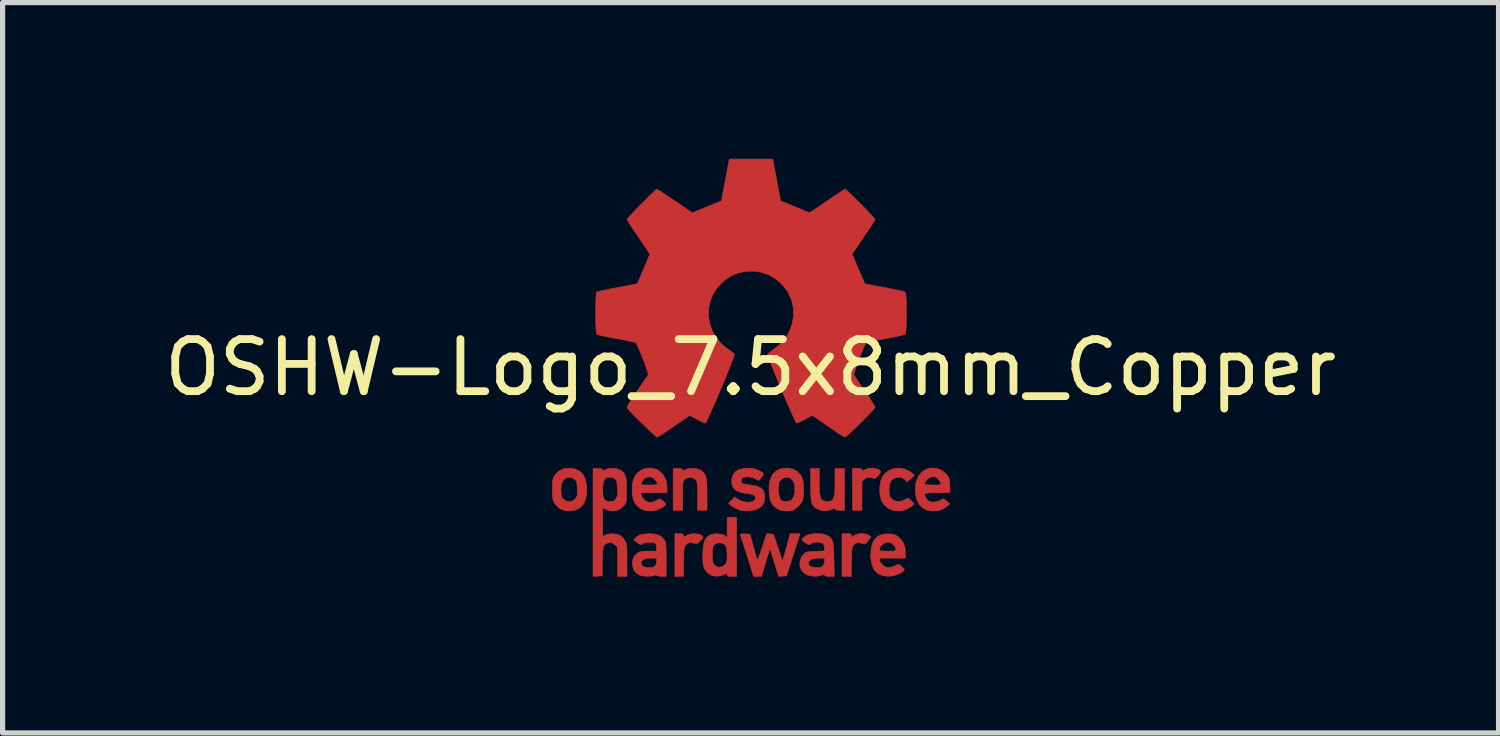
<source format=kicad_pcb>
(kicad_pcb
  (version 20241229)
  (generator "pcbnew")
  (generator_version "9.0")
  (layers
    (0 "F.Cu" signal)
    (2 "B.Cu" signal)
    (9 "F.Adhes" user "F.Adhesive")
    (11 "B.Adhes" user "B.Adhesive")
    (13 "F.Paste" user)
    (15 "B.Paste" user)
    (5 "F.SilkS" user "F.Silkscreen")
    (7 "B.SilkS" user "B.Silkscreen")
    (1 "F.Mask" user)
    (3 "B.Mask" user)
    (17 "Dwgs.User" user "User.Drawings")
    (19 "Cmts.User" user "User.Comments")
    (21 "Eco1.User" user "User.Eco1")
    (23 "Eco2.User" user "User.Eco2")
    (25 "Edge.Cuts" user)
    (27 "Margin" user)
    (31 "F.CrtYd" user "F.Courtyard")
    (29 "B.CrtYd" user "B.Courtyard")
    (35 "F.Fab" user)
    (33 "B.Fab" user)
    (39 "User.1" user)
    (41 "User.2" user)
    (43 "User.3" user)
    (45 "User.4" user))
  (footprint "OSHW-Logo_7.5x8mm_Copper"
    (layer "F.Cu")
    (at 11.363 4.007)
    (property "Reference" "OSHW-Logo_7.5x8mm_Copper" (at 0 0 0) (layer "F.SilkS") (effects (font (size 1 1) (thickness 0.15))))
    (attr exclude_from_pos_files exclude_from_bom)
    (fp_poly (pts (xy 2.391 1.938) (xy 2.449 1.955) (xy 2.486 1.977) (xy 2.498 1.995) (xy 2.495 2.016) (xy 2.473 2.048) (xy 2.455 2.072) (xy 2.417 2.113) (xy 2.389 2.131) (xy 2.365 2.13) (xy 2.294 2.112) (xy 2.241 2.113) (xy 2.199 2.133) (xy 2.185 2.145) (xy 2.139 2.187) (xy 2.139 2.741) (xy 1.955 2.741) (xy 1.955 1.938) (xy 2.047 1.938) (xy 2.102 1.941) (xy 2.131 1.948) (xy 2.139 1.963) (xy 2.139 1.964) (xy 2.143 1.98) (xy 2.16 1.978) (xy 2.185 1.966) (xy 2.235 1.945) (xy 2.276 1.932) (xy 2.329 1.929) (xy 2.391 1.938)) (stroke (width 0.01) (type solid)) (fill yes) (layer "F.Cu"))
    (fp_poly (pts (xy 2.173 3.191) (xy 2.237 3.204) (xy 2.274 3.223) (xy 2.312 3.254) (xy 2.258 3.323) (xy 2.224 3.365) (xy 2.201 3.385) (xy 2.178 3.389) (xy 2.145 3.378) (xy 2.129 3.373) (xy 2.066 3.364) (xy 2.007 3.382) (xy 1.964 3.423) (xy 1.957 3.436) (xy 1.95 3.47) (xy 1.944 3.533) (xy 1.94 3.621) (xy 1.938 3.729) (xy 1.938 3.744) (xy 1.938 4.011) (xy 1.755 4.011) (xy 1.755 3.192) (xy 1.847 3.192) (xy 1.9 3.193) (xy 1.927 3.199) (xy 1.937 3.213) (xy 1.938 3.226) (xy 1.938 3.261) (xy 1.982 3.226) (xy 2.033 3.203) (xy 2.101 3.191) (xy 2.173 3.191)) (stroke (width 0.01) (type solid)) (fill yes) (layer "F.Cu"))
    (fp_poly (pts (xy -1.32 3.193) (xy -1.295 3.201) (xy -1.287 3.217) (xy -1.287 3.225) (xy -1.285 3.246) (xy -1.275 3.249) (xy -1.248 3.235) (xy -1.232 3.225) (xy -1.182 3.204) (xy -1.122 3.194) (xy -1.059 3.193) (xy -0.999 3.201) (xy -0.951 3.216) (xy -0.92 3.237) (xy -0.914 3.264) (xy -0.917 3.272) (xy -0.94 3.302) (xy -0.974 3.339) (xy -0.98 3.345) (xy -1.013 3.373) (xy -1.042 3.382) (xy -1.081 3.376) (xy -1.097 3.371) (xy -1.146 3.361) (xy -1.181 3.366) (xy -1.211 3.382) (xy -1.237 3.403) (xy -1.257 3.43) (xy -1.271 3.467) (xy -1.28 3.52) (xy -1.285 3.593) (xy -1.287 3.693) (xy -1.287 3.753) (xy -1.287 4.011) (xy -1.454 4.011) (xy -1.454 3.192) (xy -1.37 3.192) (xy -1.32 3.193)) (stroke (width 0.01) (type solid)) (fill yes) (layer "F.Cu"))
    (fp_poly (pts (xy 1.32 2.199) (xy 1.322 2.321) (xy 1.327 2.414) (xy 1.339 2.482) (xy 1.358 2.527) (xy 1.385 2.555) (xy 1.423 2.569) (xy 1.471 2.572) (xy 1.52 2.568) (xy 1.557 2.554) (xy 1.584 2.525) (xy 1.603 2.479) (xy 1.614 2.41) (xy 1.62 2.316) (xy 1.621 2.199) (xy 1.621 1.938) (xy 1.805 1.938) (xy 1.805 2.741) (xy 1.713 2.741) (xy 1.657 2.738) (xy 1.629 2.73) (xy 1.621 2.715) (xy 1.616 2.702) (xy 1.597 2.705) (xy 1.559 2.724) (xy 1.47 2.753) (xy 1.377 2.751) (xy 1.287 2.719) (xy 1.244 2.694) (xy 1.212 2.667) (xy 1.188 2.633) (xy 1.171 2.588) (xy 1.161 2.526) (xy 1.156 2.444) (xy 1.153 2.336) (xy 1.153 2.252) (xy 1.153 1.938) (xy 1.32 1.938) (xy 1.32 2.199)) (stroke (width 0.01) (type solid)) (fill yes) (layer "F.Cu"))
    (fp_poly (pts (xy -1.002 1.952) (xy -0.96 1.972) (xy -0.92 2.001) (xy -0.889 2.034) (xy -0.867 2.076) (xy -0.852 2.132) (xy -0.842 2.207) (xy -0.838 2.305) (xy -0.836 2.431) (xy -0.836 2.444) (xy -0.836 2.741) (xy -1.019 2.741) (xy -1.019 2.467) (xy -1.019 2.366) (xy -1.02 2.292) (xy -1.023 2.241) (xy -1.028 2.207) (xy -1.035 2.184) (xy -1.047 2.167) (xy -1.063 2.15) (xy -1.12 2.113) (xy -1.183 2.106) (xy -1.242 2.129) (xy -1.262 2.147) (xy -1.278 2.163) (xy -1.288 2.18) (xy -1.296 2.204) (xy -1.3 2.24) (xy -1.302 2.294) (xy -1.303 2.371) (xy -1.303 2.464) (xy -1.303 2.741) (xy -1.487 2.741) (xy -1.487 1.938) (xy -1.395 1.938) (xy -1.34 1.941) (xy -1.312 1.948) (xy -1.303 1.963) (xy -1.303 1.964) (xy -1.3 1.979) (xy -1.283 1.977) (xy -1.249 1.961) (xy -1.173 1.937) (xy -1.086 1.934) (xy -1.002 1.952)) (stroke (width 0.01) (type solid)) (fill yes) (layer "F.Cu"))
    (fp_poly (pts (xy 2.947 1.945) (xy 3.043 1.987) (xy 3.074 2.007) (xy 3.113 2.037) (xy 3.137 2.062) (xy 3.142 2.069) (xy 3.13 2.087) (xy 3.099 2.117) (xy 3.074 2.137) (xy 3.007 2.191) (xy 2.954 2.147) (xy 2.913 2.118) (xy 2.873 2.108) (xy 2.827 2.11) (xy 2.754 2.128) (xy 2.704 2.166) (xy 2.674 2.227) (xy 2.66 2.314) (xy 2.66 2.314) (xy 2.661 2.412) (xy 2.68 2.484) (xy 2.717 2.533) (xy 2.742 2.549) (xy 2.809 2.57) (xy 2.881 2.57) (xy 2.943 2.55) (xy 2.958 2.54) (xy 2.995 2.515) (xy 3.024 2.511) (xy 3.055 2.53) (xy 3.089 2.563) (xy 3.144 2.619) (xy 3.083 2.669) (xy 2.99 2.726) (xy 2.884 2.753) (xy 2.774 2.751) (xy 2.701 2.733) (xy 2.617 2.687) (xy 2.549 2.616) (xy 2.518 2.565) (xy 2.493 2.492) (xy 2.481 2.401) (xy 2.481 2.301) (xy 2.493 2.205) (xy 2.517 2.125) (xy 2.521 2.117) (xy 2.578 2.036) (xy 2.655 1.978) (xy 2.746 1.942) (xy 2.846 1.931) (xy 2.947 1.945)) (stroke (width 0.01) (type solid)) (fill yes) (layer "F.Cu"))
    (fp_poly (pts (xy 0.812 1.948) (xy 0.896 1.994) (xy 0.962 2.067) (xy 0.993 2.126) (xy 1.007 2.178) (xy 1.016 2.253) (xy 1.019 2.338) (xy 1.018 2.425) (xy 1.011 2.5) (xy 1.003 2.541) (xy 0.975 2.596) (xy 0.928 2.655) (xy 0.871 2.706) (xy 0.815 2.739) (xy 0.814 2.74) (xy 0.744 2.754) (xy 0.661 2.754) (xy 0.582 2.741) (xy 0.552 2.731) (xy 0.473 2.686) (xy 0.417 2.628) (xy 0.38 2.551) (xy 0.36 2.45) (xy 0.355 2.397) (xy 0.356 2.331) (xy 0.535 2.331) (xy 0.541 2.428) (xy 0.558 2.502) (xy 0.586 2.549) (xy 0.605 2.562) (xy 0.656 2.572) (xy 0.716 2.569) (xy 0.767 2.555) (xy 0.781 2.548) (xy 0.817 2.504) (xy 0.84 2.438) (xy 0.851 2.357) (xy 0.846 2.271) (xy 0.835 2.218) (xy 0.803 2.158) (xy 0.753 2.12) (xy 0.693 2.107) (xy 0.631 2.121) (xy 0.584 2.154) (xy 0.559 2.182) (xy 0.544 2.209) (xy 0.537 2.246) (xy 0.535 2.303) (xy 0.535 2.331) (xy 0.356 2.331) (xy 0.356 2.256) (xy 0.379 2.14) (xy 0.424 2.05) (xy 0.49 1.985) (xy 0.579 1.945) (xy 0.597 1.941) (xy 0.711 1.93) (xy 0.812 1.948)) (stroke (width 0.01) (type solid)) (fill yes) (layer "F.Cu"))
    (fp_poly (pts (xy 0.374 3.195) (xy 0.44 3.2) (xy 0.527 3.459) (xy 0.613 3.718) (xy 0.64 3.626) (xy 0.656 3.569) (xy 0.678 3.493) (xy 0.701 3.408) (xy 0.713 3.363) (xy 0.759 3.192) (xy 0.949 3.192) (xy 0.893 3.371) (xy 0.865 3.46) (xy 0.831 3.566) (xy 0.796 3.677) (xy 0.764 3.777) (xy 0.692 4.002) (xy 0.537 4.012) (xy 0.495 3.874) (xy 0.469 3.787) (xy 0.441 3.692) (xy 0.416 3.608) (xy 0.415 3.605) (xy 0.397 3.548) (xy 0.381 3.509) (xy 0.369 3.495) (xy 0.367 3.496) (xy 0.359 3.519) (xy 0.343 3.568) (xy 0.322 3.637) (xy 0.297 3.719) (xy 0.284 3.764) (xy 0.211 4.011) (xy 0.057 4.011) (xy -0.065 3.622) (xy -0.1 3.513) (xy -0.131 3.414) (xy -0.158 3.33) (xy -0.179 3.265) (xy -0.193 3.224) (xy -0.197 3.212) (xy -0.193 3.199) (xy -0.168 3.194) (xy -0.116 3.195) (xy -0.108 3.195) (xy -0.011 3.2) (xy 0.053 3.434) (xy 0.076 3.519) (xy 0.097 3.594) (xy 0.114 3.653) (xy 0.124 3.687) (xy 0.126 3.693) (xy 0.134 3.686) (xy 0.15 3.653) (xy 0.173 3.596) (xy 0.199 3.522) (xy 0.222 3.454) (xy 0.308 3.19) (xy 0.374 3.195)) (stroke (width 0.01) (type solid)) (fill yes) (layer "F.Cu"))
    (fp_poly (pts (xy -3.373 1.947) (xy -3.286 1.986) (xy -3.219 2.05) (xy -3.174 2.141) (xy -3.149 2.257) (xy -3.148 2.276) (xy -3.146 2.404) (xy -3.164 2.516) (xy -3.2 2.608) (xy -3.22 2.637) (xy -3.287 2.699) (xy -3.372 2.739) (xy -3.468 2.756) (xy -3.566 2.748) (xy -3.64 2.721) (xy -3.704 2.677) (xy -3.756 2.62) (xy -3.757 2.618) (xy -3.778 2.583) (xy -3.792 2.547) (xy -3.8 2.502) (xy -3.805 2.438) (xy -3.807 2.385) (xy -3.808 2.338) (xy -3.641 2.338) (xy -3.64 2.385) (xy -3.634 2.448) (xy -3.623 2.488) (xy -3.604 2.517) (xy -3.587 2.534) (xy -3.524 2.569) (xy -3.459 2.574) (xy -3.398 2.548) (xy -3.367 2.52) (xy -3.345 2.492) (xy -3.332 2.464) (xy -3.327 2.429) (xy -3.326 2.376) (xy -3.328 2.327) (xy -3.332 2.256) (xy -3.338 2.211) (xy -3.348 2.181) (xy -3.366 2.159) (xy -3.381 2.146) (xy -3.44 2.112) (xy -3.505 2.11) (xy -3.559 2.13) (xy -3.605 2.172) (xy -3.632 2.241) (xy -3.641 2.338) (xy -3.808 2.338) (xy -3.809 2.281) (xy -3.806 2.203) (xy -3.796 2.145) (xy -3.778 2.099) (xy -3.75 2.058) (xy -3.74 2.046) (xy -3.676 1.985) (xy -3.607 1.95) (xy -3.523 1.935) (xy -3.482 1.934) (xy -3.373 1.947)) (stroke (width 0.01) (type solid)) (fill yes) (layer "F.Cu"))
    (fp_poly (pts (xy -0.267 4.011) (xy -0.359 4.011) (xy -0.413 4.009) (xy -0.44 4.002) (xy -0.45 3.988) (xy -0.451 3.979) (xy -0.453 3.96) (xy -0.464 3.956) (xy -0.491 3.968) (xy -0.513 3.979) (xy -0.597 4.005) (xy -0.687 4.006) (xy -0.761 3.987) (xy -0.83 3.94) (xy -0.882 3.871) (xy -0.911 3.789) (xy -0.912 3.785) (xy -0.916 3.735) (xy -0.918 3.664) (xy -0.918 3.61) (xy -0.735 3.61) (xy -0.731 3.681) (xy -0.721 3.741) (xy -0.708 3.774) (xy -0.659 3.82) (xy -0.601 3.836) (xy -0.54 3.823) (xy -0.489 3.783) (xy -0.469 3.757) (xy -0.458 3.725) (xy -0.453 3.679) (xy -0.451 3.609) (xy -0.454 3.54) (xy -0.46 3.48) (xy -0.469 3.44) (xy -0.47 3.436) (xy -0.506 3.393) (xy -0.558 3.369) (xy -0.616 3.365) (xy -0.67 3.382) (xy -0.71 3.419) (xy -0.714 3.426) (xy -0.727 3.471) (xy -0.734 3.536) (xy -0.735 3.61) (xy -0.918 3.61) (xy -0.918 3.582) (xy -0.917 3.538) (xy -0.908 3.43) (xy -0.891 3.349) (xy -0.863 3.288) (xy -0.821 3.244) (xy -0.78 3.217) (xy -0.723 3.199) (xy -0.653 3.193) (xy -0.58 3.198) (xy -0.518 3.214) (xy -0.485 3.233) (xy -0.451 3.264) (xy -0.451 2.874) (xy -0.267 2.874) (xy -0.267 4.011)) (stroke (width 0.01) (type solid)) (fill yes) (layer "F.Cu"))
    (fp_poly (pts (xy 3.559 1.936) (xy 3.602 1.946) (xy 3.684 1.984) (xy 3.754 2.042) (xy 3.802 2.112) (xy 3.809 2.128) (xy 3.818 2.168) (xy 3.825 2.229) (xy 3.827 2.29) (xy 3.827 2.406) (xy 3.584 2.406) (xy 3.484 2.407) (xy 3.414 2.409) (xy 3.369 2.415) (xy 3.346 2.426) (xy 3.341 2.445) (xy 3.35 2.472) (xy 3.366 2.504) (xy 3.41 2.558) (xy 3.472 2.584) (xy 3.547 2.583) (xy 3.632 2.554) (xy 3.706 2.519) (xy 3.767 2.567) (xy 3.828 2.615) (xy 3.77 2.668) (xy 3.694 2.718) (xy 3.599 2.749) (xy 3.498 2.757) (xy 3.4 2.742) (xy 3.384 2.737) (xy 3.298 2.692) (xy 3.234 2.625) (xy 3.19 2.533) (xy 3.166 2.416) (xy 3.166 2.414) (xy 3.164 2.286) (xy 3.172 2.24) (xy 3.342 2.24) (xy 3.358 2.247) (xy 3.4 2.252) (xy 3.462 2.255) (xy 3.502 2.256) (xy 3.576 2.256) (xy 3.622 2.254) (xy 3.646 2.249) (xy 3.654 2.24) (xy 3.652 2.224) (xy 3.65 2.218) (xy 3.621 2.163) (xy 3.574 2.118) (xy 3.532 2.098) (xy 3.477 2.099) (xy 3.421 2.124) (xy 3.374 2.165) (xy 3.346 2.214) (xy 3.342 2.24) (xy 3.172 2.24) (xy 3.185 2.173) (xy 3.228 2.079) (xy 3.289 2.005) (xy 3.366 1.955) (xy 3.457 1.931) (xy 3.559 1.936)) (stroke (width 0.01) (type solid)) (fill yes) (layer "F.Cu"))
    (fp_poly (pts (xy 0.019 1.936) (xy 0.082 1.948) (xy 0.148 1.973) (xy 0.155 1.976) (xy 0.204 2.002) (xy 0.239 2.026) (xy 0.25 2.042) (xy 0.239 2.067) (xy 0.214 2.105) (xy 0.202 2.119) (xy 0.155 2.174) (xy 0.094 2.138) (xy 0.036 2.114) (xy -0.03 2.101) (xy -0.095 2.101) (xy -0.144 2.113) (xy -0.156 2.12) (xy -0.179 2.154) (xy -0.182 2.194) (xy -0.165 2.225) (xy -0.155 2.231) (xy -0.124 2.238) (xy -0.072 2.247) (xy -0.006 2.255) (xy 0.006 2.257) (xy 0.11 2.275) (xy 0.186 2.306) (xy 0.237 2.352) (xy 0.265 2.416) (xy 0.273 2.495) (xy 0.261 2.585) (xy 0.222 2.655) (xy 0.156 2.707) (xy 0.062 2.739) (xy -0.042 2.752) (xy -0.127 2.752) (xy -0.195 2.74) (xy -0.242 2.724) (xy -0.302 2.696) (xy -0.356 2.664) (xy -0.376 2.65) (xy -0.426 2.609) (xy -0.305 2.486) (xy -0.236 2.532) (xy -0.168 2.566) (xy -0.094 2.584) (xy -0.023 2.586) (xy 0.037 2.572) (xy 0.08 2.543) (xy 0.093 2.518) (xy 0.091 2.479) (xy 0.057 2.449) (xy -0.009 2.428) (xy -0.081 2.418) (xy -0.192 2.4) (xy -0.275 2.365) (xy -0.33 2.313) (xy -0.359 2.243) (xy -0.363 2.16) (xy -0.343 2.073) (xy -0.298 2.007) (xy -0.228 1.962) (xy -0.131 1.938) (xy -0.06 1.933) (xy 0.019 1.936)) (stroke (width 0.01) (type solid)) (fill yes) (layer "F.Cu"))
    (fp_poly (pts (xy 2.701 3.196) (xy 2.781 3.217) (xy 2.848 3.26) (xy 2.88 3.292) (xy 2.933 3.367) (xy 2.964 3.455) (xy 2.974 3.563) (xy 2.974 3.572) (xy 2.974 3.66) (xy 2.47 3.66) (xy 2.48 3.706) (xy 2.5 3.747) (xy 2.534 3.791) (xy 2.541 3.797) (xy 2.602 3.835) (xy 2.672 3.841) (xy 2.752 3.817) (xy 2.766 3.81) (xy 2.807 3.79) (xy 2.835 3.778) (xy 2.84 3.777) (xy 2.857 3.788) (xy 2.89 3.813) (xy 2.906 3.827) (xy 2.94 3.858) (xy 2.951 3.879) (xy 2.944 3.899) (xy 2.94 3.904) (xy 2.911 3.927) (xy 2.865 3.955) (xy 2.832 3.971) (xy 2.74 4) (xy 2.638 4.009) (xy 2.542 3.998) (xy 2.515 3.99) (xy 2.431 3.946) (xy 2.369 3.877) (xy 2.329 3.783) (xy 2.309 3.663) (xy 2.307 3.601) (xy 2.313 3.51) (xy 2.473 3.51) (xy 2.489 3.517) (xy 2.53 3.522) (xy 2.591 3.525) (xy 2.632 3.526) (xy 2.706 3.525) (xy 2.752 3.523) (xy 2.778 3.517) (xy 2.789 3.507) (xy 2.791 3.493) (xy 2.776 3.448) (xy 2.74 3.403) (xy 2.693 3.369) (xy 2.645 3.355) (xy 2.581 3.368) (xy 2.525 3.403) (xy 2.486 3.455) (xy 2.473 3.51) (xy 2.313 3.51) (xy 2.316 3.469) (xy 2.344 3.363) (xy 2.393 3.284) (xy 2.462 3.23) (xy 2.552 3.2) (xy 2.6 3.195) (xy 2.701 3.196)) (stroke (width 0.01) (type solid)) (fill yes) (layer "F.Cu"))
    (fp_poly (pts (xy -1.803 1.957) (xy -1.786 1.965) (xy -1.729 2.007) (xy -1.674 2.069) (xy -1.634 2.137) (xy -1.622 2.168) (xy -1.611 2.223) (xy -1.605 2.291) (xy -1.604 2.319) (xy -1.604 2.406) (xy -2.109 2.406) (xy -2.098 2.452) (xy -2.072 2.507) (xy -2.026 2.554) (xy -1.971 2.584) (xy -1.936 2.59) (xy -1.888 2.583) (xy -1.832 2.563) (xy -1.812 2.555) (xy -1.741 2.519) (xy -1.68 2.565) (xy -1.645 2.597) (xy -1.627 2.623) (xy -1.626 2.63) (xy -1.643 2.649) (xy -1.679 2.677) (xy -1.712 2.698) (xy -1.802 2.738) (xy -1.902 2.755) (xy -2.001 2.751) (xy -2.08 2.727) (xy -2.162 2.675) (xy -2.22 2.607) (xy -2.256 2.519) (xy -2.273 2.407) (xy -2.274 2.356) (xy -2.269 2.239) (xy -2.268 2.236) (xy -2.101 2.236) (xy -2.096 2.247) (xy -2.077 2.253) (xy -2.038 2.255) (xy -1.973 2.256) (xy -1.948 2.256) (xy -1.872 2.255) (xy -1.824 2.252) (xy -1.798 2.245) (xy -1.788 2.235) (xy -1.788 2.231) (xy -1.799 2.204) (xy -1.825 2.166) (xy -1.836 2.153) (xy -1.878 2.115) (xy -1.922 2.1) (xy -1.945 2.099) (xy -2.009 2.114) (xy -2.062 2.156) (xy -2.096 2.216) (xy -2.097 2.218) (xy -2.101 2.236) (xy -2.268 2.236) (xy -2.249 2.147) (xy -2.214 2.073) (xy -2.171 2.021) (xy -2.092 1.964) (xy -1.999 1.934) (xy -1.9 1.931) (xy -1.803 1.957)) (stroke (width 0.01) (type solid)) (fill yes) (layer "F.Cu"))
    (fp_poly (pts (xy 1.38 3.197) (xy 1.45 3.214) (xy 1.471 3.223) (xy 1.51 3.247) (xy 1.541 3.273) (xy 1.563 3.308) (xy 1.579 3.354) (xy 1.589 3.418) (xy 1.596 3.503) (xy 1.6 3.614) (xy 1.601 3.689) (xy 1.607 4.011) (xy 1.514 4.011) (xy 1.457 4.008) (xy 1.428 4) (xy 1.42 3.986) (xy 1.416 3.972) (xy 1.399 3.975) (xy 1.374 3.986) (xy 1.314 4.004) (xy 1.236 4.009) (xy 1.154 4.001) (xy 1.081 3.981) (xy 1.075 3.978) (xy 1.008 3.931) (xy 0.964 3.866) (xy 0.944 3.791) (xy 0.946 3.763) (xy 1.11 3.763) (xy 1.125 3.8) (xy 1.168 3.826) (xy 1.237 3.84) (xy 1.274 3.842) (xy 1.336 3.837) (xy 1.377 3.819) (xy 1.387 3.81) (xy 1.414 3.762) (xy 1.42 3.718) (xy 1.42 3.66) (xy 1.339 3.66) (xy 1.244 3.664) (xy 1.178 3.68) (xy 1.136 3.706) (xy 1.126 3.718) (xy 1.11 3.763) (xy 0.946 3.763) (xy 0.949 3.711) (xy 0.979 3.635) (xy 1.02 3.584) (xy 1.045 3.561) (xy 1.069 3.547) (xy 1.101 3.538) (xy 1.148 3.533) (xy 1.218 3.53) (xy 1.246 3.529) (xy 1.42 3.523) (xy 1.42 3.47) (xy 1.413 3.415) (xy 1.389 3.381) (xy 1.34 3.36) (xy 1.338 3.359) (xy 1.268 3.351) (xy 1.2 3.362) (xy 1.149 3.389) (xy 1.129 3.402) (xy 1.107 3.4) (xy 1.073 3.381) (xy 1.053 3.367) (xy 1.014 3.338) (xy 0.99 3.317) (xy 0.986 3.311) (xy 1.002 3.279) (xy 1.049 3.24) (xy 1.069 3.227) (xy 1.128 3.205) (xy 1.207 3.192) (xy 1.295 3.19) (xy 1.38 3.197)) (stroke (width 0.01) (type solid)) (fill yes) (layer "F.Cu"))
    (fp_poly (pts (xy -1.84 3.198) (xy -1.761 3.219) (xy -1.701 3.257) (xy -1.659 3.307) (xy -1.646 3.328) (xy -1.636 3.35) (xy -1.629 3.379) (xy -1.625 3.419) (xy -1.622 3.475) (xy -1.621 3.554) (xy -1.621 3.659) (xy -1.621 3.687) (xy -1.621 4.011) (xy -1.701 4.011) (xy -1.752 4.007) (xy -1.79 3.998) (xy -1.8 3.992) (xy -1.826 3.983) (xy -1.852 3.992) (xy -1.896 4.004) (xy -1.959 4.009) (xy -2.029 4.007) (xy -2.093 3.998) (xy -2.131 3.987) (xy -2.203 3.94) (xy -2.248 3.876) (xy -2.269 3.79) (xy -2.269 3.788) (xy -2.267 3.75) (xy -2.106 3.75) (xy -2.091 3.793) (xy -2.068 3.817) (xy -2.022 3.836) (xy -1.961 3.843) (xy -1.899 3.84) (xy -1.849 3.825) (xy -1.835 3.816) (xy -1.811 3.773) (xy -1.805 3.724) (xy -1.805 3.66) (xy -1.897 3.66) (xy -1.985 3.666) (xy -2.052 3.686) (xy -2.093 3.715) (xy -2.106 3.75) (xy -2.267 3.75) (xy -2.265 3.694) (xy -2.234 3.62) (xy -2.175 3.564) (xy -2.167 3.559) (xy -2.133 3.542) (xy -2.09 3.532) (xy -2.03 3.527) (xy -1.959 3.526) (xy -1.805 3.526) (xy -1.805 3.461) (xy -1.811 3.411) (xy -1.828 3.377) (xy -1.83 3.375) (xy -1.867 3.361) (xy -1.923 3.355) (xy -1.986 3.358) (xy -2.04 3.369) (xy -2.073 3.385) (xy -2.091 3.398) (xy -2.109 3.4) (xy -2.135 3.39) (xy -2.174 3.363) (xy -2.232 3.318) (xy -2.238 3.314) (xy -2.235 3.299) (xy -2.212 3.273) (xy -2.177 3.244) (xy -2.139 3.22) (xy -2.127 3.214) (xy -2.083 3.203) (xy -2.019 3.195) (xy -1.947 3.192) (xy -1.943 3.192) (xy -1.84 3.198)) (stroke (width 0.01) (type solid)) (fill yes) (layer "F.Cu"))
    (fp_poly (pts (xy -2.537 1.952) (xy -2.501 1.97) (xy -2.458 2) (xy -2.426 2.033) (xy -2.405 2.075) (xy -2.391 2.131) (xy -2.384 2.206) (xy -2.381 2.307) (xy -2.381 2.351) (xy -2.382 2.446) (xy -2.384 2.514) (xy -2.387 2.561) (xy -2.394 2.594) (xy -2.405 2.618) (xy -2.416 2.634) (xy -2.485 2.703) (xy -2.567 2.745) (xy -2.656 2.757) (xy -2.745 2.739) (xy -2.773 2.726) (xy -2.841 2.691) (xy -2.841 3.243) (xy -2.791 3.217) (xy -2.727 3.197) (xy -2.647 3.192) (xy -2.567 3.202) (xy -2.507 3.223) (xy -2.457 3.263) (xy -2.414 3.32) (xy -2.411 3.326) (xy -2.397 3.353) (xy -2.387 3.381) (xy -2.381 3.415) (xy -2.376 3.46) (xy -2.374 3.523) (xy -2.373 3.608) (xy -2.373 3.704) (xy -2.373 4.011) (xy -2.557 4.011) (xy -2.557 3.445) (xy -2.608 3.402) (xy -2.662 3.367) (xy -2.712 3.361) (xy -2.763 3.377) (xy -2.79 3.393) (xy -2.81 3.416) (xy -2.825 3.45) (xy -2.834 3.5) (xy -2.84 3.572) (xy -2.844 3.67) (xy -2.845 3.735) (xy -2.849 4.002) (xy -2.937 4.007) (xy -3.025 4.012) (xy -3.025 2.353) (xy -2.841 2.353) (xy -2.836 2.446) (xy -2.82 2.51) (xy -2.791 2.55) (xy -2.745 2.569) (xy -2.699 2.573) (xy -2.646 2.569) (xy -2.612 2.551) (xy -2.59 2.528) (xy -2.573 2.502) (xy -2.563 2.474) (xy -2.558 2.434) (xy -2.558 2.375) (xy -2.559 2.325) (xy -2.563 2.251) (xy -2.568 2.202) (xy -2.577 2.17) (xy -2.591 2.15) (xy -2.605 2.137) (xy -2.661 2.111) (xy -2.727 2.107) (xy -2.765 2.116) (xy -2.803 2.148) (xy -2.827 2.211) (xy -2.84 2.304) (xy -2.841 2.353) (xy -3.025 2.353) (xy -3.025 1.938) (xy -2.933 1.938) (xy -2.878 1.941) (xy -2.849 1.948) (xy -2.841 1.963) (xy -2.841 1.964) (xy -2.837 1.979) (xy -2.82 1.977) (xy -2.786 1.961) (xy -2.708 1.936) (xy -2.62 1.933) (xy -2.537 1.952)) (stroke (width 0.01) (type solid)) (fill yes) (layer "F.Cu"))
    (fp_poly (pts (xy 0.501 -3.601) (xy 0.577 -3.201) (xy 1.134 -2.971) (xy 1.468 -3.198) (xy 1.562 -3.262) (xy 1.647 -3.318) (xy 1.718 -3.365) (xy 1.773 -3.4) (xy 1.807 -3.421) (xy 1.817 -3.426) (xy 1.833 -3.414) (xy 1.869 -3.382) (xy 1.919 -3.335) (xy 1.981 -3.274) (xy 2.049 -3.206) (xy 2.121 -3.134) (xy 2.191 -3.062) (xy 2.257 -2.994) (xy 2.313 -2.934) (xy 2.357 -2.886) (xy 2.383 -2.854) (xy 2.39 -2.844) (xy 2.38 -2.824) (xy 2.355 -2.781) (xy 2.316 -2.72) (xy 2.265 -2.643) (xy 2.206 -2.556) (xy 2.172 -2.506) (xy 2.11 -2.415) (xy 2.055 -2.333) (xy 2.01 -2.264) (xy 1.976 -2.212) (xy 1.958 -2.181) (xy 1.955 -2.174) (xy 1.961 -2.156) (xy 1.978 -2.113) (xy 2.004 -2.051) (xy 2.035 -1.977) (xy 2.069 -1.897) (xy 2.103 -1.816) (xy 2.136 -1.741) (xy 2.163 -1.677) (xy 2.184 -1.632) (xy 2.195 -1.61) (xy 2.195 -1.609) (xy 2.212 -1.605) (xy 2.257 -1.596) (xy 2.326 -1.582) (xy 2.414 -1.565) (xy 2.515 -1.546) (xy 2.575 -1.535) (xy 2.683 -1.514) (xy 2.781 -1.495) (xy 2.864 -1.477) (xy 2.926 -1.463) (xy 2.963 -1.453) (xy 2.97 -1.449) (xy 2.978 -1.427) (xy 2.983 -1.378) (xy 2.988 -1.307) (xy 2.991 -1.219) (xy 2.993 -1.122) (xy 2.993 -1.02) (xy 2.992 -0.919) (xy 2.989 -0.825) (xy 2.985 -0.745) (xy 2.98 -0.683) (xy 2.974 -0.646) (xy 2.97 -0.638) (xy 2.946 -0.629) (xy 2.896 -0.615) (xy 2.827 -0.6) (xy 2.744 -0.583) (xy 2.715 -0.578) (xy 2.576 -0.552) (xy 2.465 -0.532) (xy 2.381 -0.515) (xy 2.319 -0.502) (xy 2.274 -0.492) (xy 2.245 -0.483) (xy 2.227 -0.475) (xy 2.216 -0.467) (xy 2.214 -0.465) (xy 2.199 -0.44) (xy 2.176 -0.391) (xy 2.148 -0.324) (xy 2.116 -0.246) (xy 2.083 -0.161) (xy 2.051 -0.077) (xy 2.023 0.001) (xy 2 0.067) (xy 1.986 0.114) (xy 1.982 0.138) (xy 1.983 0.139) (xy 1.995 0.158) (xy 2.024 0.2) (xy 2.065 0.262) (xy 2.117 0.337) (xy 2.175 0.422) (xy 2.192 0.446) (xy 2.251 0.534) (xy 2.303 0.614) (xy 2.346 0.682) (xy 2.375 0.733) (xy 2.389 0.762) (xy 2.39 0.766) (xy 2.378 0.785) (xy 2.346 0.823) (xy 2.298 0.875) (xy 2.237 0.938) (xy 2.169 1.007) (xy 2.096 1.079) (xy 2.024 1.149) (xy 1.956 1.214) (xy 1.896 1.269) (xy 1.849 1.31) (xy 1.818 1.333) (xy 1.809 1.337) (xy 1.79 1.328) (xy 1.749 1.304) (xy 1.695 1.268) (xy 1.653 1.24) (xy 1.577 1.187) (xy 1.487 1.126) (xy 1.397 1.064) (xy 1.348 1.031) (xy 1.184 0.92) (xy 1.046 0.995) (xy 0.983 1.028) (xy 0.93 1.053) (xy 0.893 1.067) (xy 0.884 1.069) (xy 0.873 1.055) (xy 0.851 1.013) (xy 0.82 0.947) (xy 0.782 0.863) (xy 0.738 0.762) (xy 0.689 0.65) (xy 0.638 0.531) (xy 0.586 0.407) (xy 0.534 0.283) (xy 0.485 0.164) (xy 0.439 0.052) (xy 0.4 -0.049) (xy 0.367 -0.134) (xy 0.343 -0.199) (xy 0.33 -0.241) (xy 0.327 -0.256) (xy 0.345 -0.274) (xy 0.382 -0.304) (xy 0.432 -0.34) (xy 0.437 -0.343) (xy 0.566 -0.446) (xy 0.671 -0.567) (xy 0.749 -0.702) (xy 0.801 -0.846) (xy 0.825 -0.996) (xy 0.82 -1.147) (xy 0.785 -1.297) (xy 0.72 -1.441) (xy 0.701 -1.472) (xy 0.601 -1.599) (xy 0.483 -1.701) (xy 0.352 -1.777) (xy 0.21 -1.827) (xy 0.062 -1.851) (xy -0.087 -1.848) (xy -0.234 -1.817) (xy -0.375 -1.758) (xy -0.505 -1.67) (xy -0.545 -1.634) (xy -0.648 -1.522) (xy -0.723 -1.405) (xy -0.774 -1.273) (xy -0.802 -1.142) (xy -0.809 -0.996) (xy -0.786 -0.848) (xy -0.734 -0.705) (xy -0.657 -0.571) (xy -0.556 -0.452) (xy -0.434 -0.351) (xy -0.418 -0.34) (xy -0.368 -0.306) (xy -0.329 -0.276) (xy -0.311 -0.256) (xy -0.31 -0.256) (xy -0.314 -0.235) (xy -0.33 -0.188) (xy -0.356 -0.118) (xy -0.39 -0.03) (xy -0.431 0.073) (xy -0.477 0.187) (xy -0.527 0.307) (xy -0.579 0.431) (xy -0.631 0.554) (xy -0.682 0.673) (xy -0.73 0.783) (xy -0.773 0.88) (xy -0.81 0.962) (xy -0.84 1.023) (xy -0.86 1.06) (xy -0.868 1.069) (xy -0.892 1.062) (xy -0.938 1.042) (xy -0.997 1.012) (xy -1.029 0.995) (xy -1.167 0.92) (xy -1.331 1.031) (xy -1.415 1.088) (xy -1.507 1.151) (xy -1.593 1.21) (xy -1.636 1.24) (xy -1.697 1.28) (xy -1.748 1.313) (xy -1.783 1.332) (xy -1.795 1.337) (xy -1.812 1.325) (xy -1.849 1.294) (xy -1.902 1.246) (xy -1.969 1.184) (xy -2.045 1.111) (xy -2.093 1.065) (xy -2.178 0.982) (xy -2.251 0.908) (xy -2.309 0.846) (xy -2.351 0.799) (xy -2.371 0.77) (xy -2.373 0.764) (xy -2.364 0.742) (xy -2.338 0.696) (xy -2.299 0.633) (xy -2.249 0.556) (xy -2.192 0.47) (xy -2.175 0.446) (xy -2.115 0.359) (xy -2.062 0.281) (xy -2.017 0.215) (xy -1.985 0.167) (xy -1.968 0.142) (xy -1.966 0.139) (xy -1.968 0.118) (xy -1.982 0.073) (xy -2.003 0.008) (xy -2.031 -0.069) (xy -2.062 -0.152) (xy -2.095 -0.237) (xy -2.128 -0.317) (xy -2.157 -0.385) (xy -2.181 -0.436) (xy -2.197 -0.464) (xy -2.198 -0.465) (xy -2.208 -0.473) (xy -2.224 -0.481) (xy -2.251 -0.49) (xy -2.292 -0.5) (xy -2.351 -0.512) (xy -2.431 -0.528) (xy -2.536 -0.548) (xy -2.669 -0.572) (xy -2.698 -0.578) (xy -2.784 -0.594) (xy -2.859 -0.61) (xy -2.916 -0.625) (xy -2.949 -0.635) (xy -2.953 -0.638) (xy -2.96 -0.66) (xy -2.966 -0.71) (xy -2.971 -0.782) (xy -2.974 -0.869) (xy -2.976 -0.967) (xy -2.976 -1.069) (xy -2.975 -1.169) (xy -2.973 -1.263) (xy -2.969 -1.343) (xy -2.964 -1.405) (xy -2.958 -1.442) (xy -2.954 -1.449) (xy -2.932 -1.457) (xy -2.882 -1.469) (xy -2.809 -1.485) (xy -2.718 -1.504) (xy -2.614 -1.525) (xy -2.558 -1.535) (xy -2.45 -1.555) (xy -2.355 -1.573) (xy -2.275 -1.589) (xy -2.217 -1.6) (xy -2.184 -1.608) (xy -2.179 -1.609) (xy -2.17 -1.627) (xy -2.15 -1.669) (xy -2.123 -1.73) (xy -2.091 -1.804) (xy -2.057 -1.885) (xy -2.023 -1.966) (xy -1.991 -2.041) (xy -1.965 -2.105) (xy -1.947 -2.151) (xy -1.939 -2.174) (xy -1.938 -2.175) (xy -1.948 -2.193) (xy -1.973 -2.234) (xy -2.012 -2.295) (xy -2.063 -2.37) (xy -2.122 -2.457) (xy -2.156 -2.507) (xy -2.218 -2.598) (xy -2.273 -2.681) (xy -2.319 -2.751) (xy -2.352 -2.804) (xy -2.37 -2.837) (xy -2.373 -2.844) (xy -2.362 -2.861) (xy -2.33 -2.897) (xy -2.283 -2.948) (xy -2.224 -3.011) (xy -2.157 -3.08) (xy -2.086 -3.153) (xy -2.014 -3.224) (xy -1.947 -3.291) (xy -1.888 -3.348) (xy -1.841 -3.392) (xy -1.81 -3.419) (xy -1.799 -3.426) (xy -1.782 -3.417) (xy -1.742 -3.391) (xy -1.682 -3.352) (xy -1.606 -3.302) (xy -1.518 -3.243) (xy -1.452 -3.198) (xy -1.117 -2.971) (xy -0.839 -3.086) (xy -0.56 -3.201) (xy -0.484 -3.601) (xy -0.409 -4.002) (xy 0.425 -4.002) (xy 0.501 -3.601)) (stroke (width 0.01) (type solid)) (fill yes) (layer "F.Cu")))
  (gr_rect
    (start -3 -3)
    (end 25.726 11.024)
    (stroke (width 0.1) (type default))
    (fill no)
    (layer "Edge.Cuts")))
</source>
